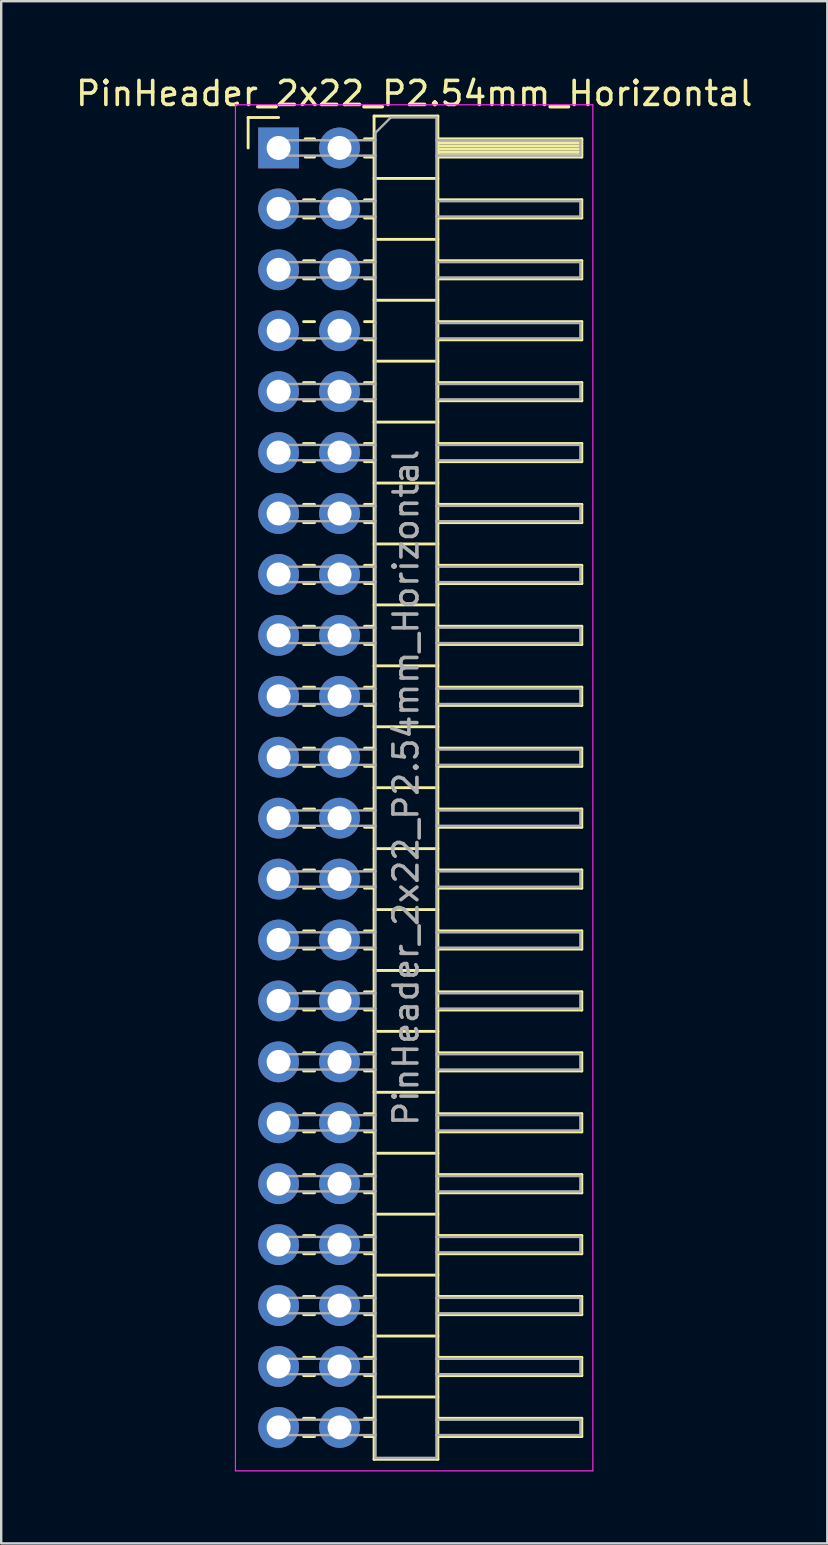
<source format=kicad_pcb>
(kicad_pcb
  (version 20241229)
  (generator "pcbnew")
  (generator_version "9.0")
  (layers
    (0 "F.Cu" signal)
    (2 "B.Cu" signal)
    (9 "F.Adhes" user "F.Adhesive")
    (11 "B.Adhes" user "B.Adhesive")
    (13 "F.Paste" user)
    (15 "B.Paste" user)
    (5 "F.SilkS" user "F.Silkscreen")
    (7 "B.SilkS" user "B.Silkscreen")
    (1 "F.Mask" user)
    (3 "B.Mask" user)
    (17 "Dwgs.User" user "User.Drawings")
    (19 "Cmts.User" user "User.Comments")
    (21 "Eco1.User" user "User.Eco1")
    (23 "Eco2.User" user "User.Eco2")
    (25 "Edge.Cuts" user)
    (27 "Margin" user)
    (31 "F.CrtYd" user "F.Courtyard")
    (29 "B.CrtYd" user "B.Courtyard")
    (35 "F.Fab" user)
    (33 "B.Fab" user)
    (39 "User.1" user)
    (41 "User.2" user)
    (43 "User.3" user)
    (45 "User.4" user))
  (footprint "PinHeader_2x22_P2.54mm_Horizontal"
    (layer "F.Cu")
    (at 8.565 3.118)
    (property "Reference" "PinHeader_2x22_P2.54mm_Horizontal" (at 5.655 -2.27 0) (layer "F.SilkS") (effects (font (size 1 1) (thickness 0.15))))
    (attr through_hole)
    (fp_line (start -1.27 -1.27) (end 0 -1.27) (stroke (width 0.12) (type solid)) (layer "F.SilkS"))
    (fp_line (start -1.27 0) (end -1.27 -1.27) (stroke (width 0.12) (type solid)) (layer "F.SilkS"))
    (fp_line (start 1.043 2.16) (end 1.497 2.16) (stroke (width 0.12) (type solid)) (layer "F.SilkS"))
    (fp_line (start 1.043 2.92) (end 1.497 2.92) (stroke (width 0.12) (type solid)) (layer "F.SilkS"))
    (fp_line (start 1.043 4.7) (end 1.497 4.7) (stroke (width 0.12) (type solid)) (layer "F.SilkS"))
    (fp_line (start 1.043 5.46) (end 1.497 5.46) (stroke (width 0.12) (type solid)) (layer "F.SilkS"))
    (fp_line (start 1.043 7.24) (end 1.497 7.24) (stroke (width 0.12) (type solid)) (layer "F.SilkS"))
    (fp_line (start 1.043 8) (end 1.497 8) (stroke (width 0.12) (type solid)) (layer "F.SilkS"))
    (fp_line (start 1.043 9.78) (end 1.497 9.78) (stroke (width 0.12) (type solid)) (layer "F.SilkS"))
    (fp_line (start 1.043 10.54) (end 1.497 10.54) (stroke (width 0.12) (type solid)) (layer "F.SilkS"))
    (fp_line (start 1.043 12.32) (end 1.497 12.32) (stroke (width 0.12) (type solid)) (layer "F.SilkS"))
    (fp_line (start 1.043 13.08) (end 1.497 13.08) (stroke (width 0.12) (type solid)) (layer "F.SilkS"))
    (fp_line (start 1.043 14.86) (end 1.497 14.86) (stroke (width 0.12) (type solid)) (layer "F.SilkS"))
    (fp_line (start 1.043 15.62) (end 1.497 15.62) (stroke (width 0.12) (type solid)) (layer "F.SilkS"))
    (fp_line (start 1.043 17.4) (end 1.497 17.4) (stroke (width 0.12) (type solid)) (layer "F.SilkS"))
    (fp_line (start 1.043 18.16) (end 1.497 18.16) (stroke (width 0.12) (type solid)) (layer "F.SilkS"))
    (fp_line (start 1.043 19.94) (end 1.497 19.94) (stroke (width 0.12) (type solid)) (layer "F.SilkS"))
    (fp_line (start 1.043 20.7) (end 1.497 20.7) (stroke (width 0.12) (type solid)) (layer "F.SilkS"))
    (fp_line (start 1.043 22.48) (end 1.497 22.48) (stroke (width 0.12) (type solid)) (layer "F.SilkS"))
    (fp_line (start 1.043 23.24) (end 1.497 23.24) (stroke (width 0.12) (type solid)) (layer "F.SilkS"))
    (fp_line (start 1.043 25.02) (end 1.497 25.02) (stroke (width 0.12) (type solid)) (layer "F.SilkS"))
    (fp_line (start 1.043 25.78) (end 1.497 25.78) (stroke (width 0.12) (type solid)) (layer "F.SilkS"))
    (fp_line (start 1.043 27.56) (end 1.497 27.56) (stroke (width 0.12) (type solid)) (layer "F.SilkS"))
    (fp_line (start 1.043 28.32) (end 1.497 28.32) (stroke (width 0.12) (type solid)) (layer "F.SilkS"))
    (fp_line (start 1.043 30.1) (end 1.497 30.1) (stroke (width 0.12) (type solid)) (layer "F.SilkS"))
    (fp_line (start 1.043 30.86) (end 1.497 30.86) (stroke (width 0.12) (type solid)) (layer "F.SilkS"))
    (fp_line (start 1.043 32.64) (end 1.497 32.64) (stroke (width 0.12) (type solid)) (layer "F.SilkS"))
    (fp_line (start 1.043 33.4) (end 1.497 33.4) (stroke (width 0.12) (type solid)) (layer "F.SilkS"))
    (fp_line (start 1.043 35.18) (end 1.497 35.18) (stroke (width 0.12) (type solid)) (layer "F.SilkS"))
    (fp_line (start 1.043 35.94) (end 1.497 35.94) (stroke (width 0.12) (type solid)) (layer "F.SilkS"))
    (fp_line (start 1.043 37.72) (end 1.497 37.72) (stroke (width 0.12) (type solid)) (layer "F.SilkS"))
    (fp_line (start 1.043 38.48) (end 1.497 38.48) (stroke (width 0.12) (type solid)) (layer "F.SilkS"))
    (fp_line (start 1.043 40.26) (end 1.497 40.26) (stroke (width 0.12) (type solid)) (layer "F.SilkS"))
    (fp_line (start 1.043 41.02) (end 1.497 41.02) (stroke (width 0.12) (type solid)) (layer "F.SilkS"))
    (fp_line (start 1.043 42.8) (end 1.497 42.8) (stroke (width 0.12) (type solid)) (layer "F.SilkS"))
    (fp_line (start 1.043 43.56) (end 1.497 43.56) (stroke (width 0.12) (type solid)) (layer "F.SilkS"))
    (fp_line (start 1.043 45.34) (end 1.497 45.34) (stroke (width 0.12) (type solid)) (layer "F.SilkS"))
    (fp_line (start 1.043 46.1) (end 1.497 46.1) (stroke (width 0.12) (type solid)) (layer "F.SilkS"))
    (fp_line (start 1.043 47.88) (end 1.497 47.88) (stroke (width 0.12) (type solid)) (layer "F.SilkS"))
    (fp_line (start 1.043 48.64) (end 1.497 48.64) (stroke (width 0.12) (type solid)) (layer "F.SilkS"))
    (fp_line (start 1.043 50.42) (end 1.497 50.42) (stroke (width 0.12) (type solid)) (layer "F.SilkS"))
    (fp_line (start 1.043 51.18) (end 1.497 51.18) (stroke (width 0.12) (type solid)) (layer "F.SilkS"))
    (fp_line (start 1.043 52.96) (end 1.497 52.96) (stroke (width 0.12) (type solid)) (layer "F.SilkS"))
    (fp_line (start 1.043 53.72) (end 1.497 53.72) (stroke (width 0.12) (type solid)) (layer "F.SilkS"))
    (fp_line (start 1.11 -0.38) (end 1.497 -0.38) (stroke (width 0.12) (type solid)) (layer "F.SilkS"))
    (fp_line (start 1.11 0.38) (end 1.497 0.38) (stroke (width 0.12) (type solid)) (layer "F.SilkS"))
    (fp_line (start 3.583 -0.38) (end 3.98 -0.38) (stroke (width 0.12) (type solid)) (layer "F.SilkS"))
    (fp_line (start 3.583 0.38) (end 3.98 0.38) (stroke (width 0.12) (type solid)) (layer "F.SilkS"))
    (fp_line (start 3.583 2.16) (end 3.98 2.16) (stroke (width 0.12) (type solid)) (layer "F.SilkS"))
    (fp_line (start 3.583 2.92) (end 3.98 2.92) (stroke (width 0.12) (type solid)) (layer "F.SilkS"))
    (fp_line (start 3.583 4.7) (end 3.98 4.7) (stroke (width 0.12) (type solid)) (layer "F.SilkS"))
    (fp_line (start 3.583 5.46) (end 3.98 5.46) (stroke (width 0.12) (type solid)) (layer "F.SilkS"))
    (fp_line (start 3.583 7.24) (end 3.98 7.24) (stroke (width 0.12) (type solid)) (layer "F.SilkS"))
    (fp_line (start 3.583 8) (end 3.98 8) (stroke (width 0.12) (type solid)) (layer "F.SilkS"))
    (fp_line (start 3.583 9.78) (end 3.98 9.78) (stroke (width 0.12) (type solid)) (layer "F.SilkS"))
    (fp_line (start 3.583 10.54) (end 3.98 10.54) (stroke (width 0.12) (type solid)) (layer "F.SilkS"))
    (fp_line (start 3.583 12.32) (end 3.98 12.32) (stroke (width 0.12) (type solid)) (layer "F.SilkS"))
    (fp_line (start 3.583 13.08) (end 3.98 13.08) (stroke (width 0.12) (type solid)) (layer "F.SilkS"))
    (fp_line (start 3.583 14.86) (end 3.98 14.86) (stroke (width 0.12) (type solid)) (layer "F.SilkS"))
    (fp_line (start 3.583 15.62) (end 3.98 15.62) (stroke (width 0.12) (type solid)) (layer "F.SilkS"))
    (fp_line (start 3.583 17.4) (end 3.98 17.4) (stroke (width 0.12) (type solid)) (layer "F.SilkS"))
    (fp_line (start 3.583 18.16) (end 3.98 18.16) (stroke (width 0.12) (type solid)) (layer "F.SilkS"))
    (fp_line (start 3.583 19.94) (end 3.98 19.94) (stroke (width 0.12) (type solid)) (layer "F.SilkS"))
    (fp_line (start 3.583 20.7) (end 3.98 20.7) (stroke (width 0.12) (type solid)) (layer "F.SilkS"))
    (fp_line (start 3.583 22.48) (end 3.98 22.48) (stroke (width 0.12) (type solid)) (layer "F.SilkS"))
    (fp_line (start 3.583 23.24) (end 3.98 23.24) (stroke (width 0.12) (type solid)) (layer "F.SilkS"))
    (fp_line (start 3.583 25.02) (end 3.98 25.02) (stroke (width 0.12) (type solid)) (layer "F.SilkS"))
    (fp_line (start 3.583 25.78) (end 3.98 25.78) (stroke (width 0.12) (type solid)) (layer "F.SilkS"))
    (fp_line (start 3.583 27.56) (end 3.98 27.56) (stroke (width 0.12) (type solid)) (layer "F.SilkS"))
    (fp_line (start 3.583 28.32) (end 3.98 28.32) (stroke (width 0.12) (type solid)) (layer "F.SilkS"))
    (fp_line (start 3.583 30.1) (end 3.98 30.1) (stroke (width 0.12) (type solid)) (layer "F.SilkS"))
    (fp_line (start 3.583 30.86) (end 3.98 30.86) (stroke (width 0.12) (type solid)) (layer "F.SilkS"))
    (fp_line (start 3.583 32.64) (end 3.98 32.64) (stroke (width 0.12) (type solid)) (layer "F.SilkS"))
    (fp_line (start 3.583 33.4) (end 3.98 33.4) (stroke (width 0.12) (type solid)) (layer "F.SilkS"))
    (fp_line (start 3.583 35.18) (end 3.98 35.18) (stroke (width 0.12) (type solid)) (layer "F.SilkS"))
    (fp_line (start 3.583 35.94) (end 3.98 35.94) (stroke (width 0.12) (type solid)) (layer "F.SilkS"))
    (fp_line (start 3.583 37.72) (end 3.98 37.72) (stroke (width 0.12) (type solid)) (layer "F.SilkS"))
    (fp_line (start 3.583 38.48) (end 3.98 38.48) (stroke (width 0.12) (type solid)) (layer "F.SilkS"))
    (fp_line (start 3.583 40.26) (end 3.98 40.26) (stroke (width 0.12) (type solid)) (layer "F.SilkS"))
    (fp_line (start 3.583 41.02) (end 3.98 41.02) (stroke (width 0.12) (type solid)) (layer "F.SilkS"))
    (fp_line (start 3.583 42.8) (end 3.98 42.8) (stroke (width 0.12) (type solid)) (layer "F.SilkS"))
    (fp_line (start 3.583 43.56) (end 3.98 43.56) (stroke (width 0.12) (type solid)) (layer "F.SilkS"))
    (fp_line (start 3.583 45.34) (end 3.98 45.34) (stroke (width 0.12) (type solid)) (layer "F.SilkS"))
    (fp_line (start 3.583 46.1) (end 3.98 46.1) (stroke (width 0.12) (type solid)) (layer "F.SilkS"))
    (fp_line (start 3.583 47.88) (end 3.98 47.88) (stroke (width 0.12) (type solid)) (layer "F.SilkS"))
    (fp_line (start 3.583 48.64) (end 3.98 48.64) (stroke (width 0.12) (type solid)) (layer "F.SilkS"))
    (fp_line (start 3.583 50.42) (end 3.98 50.42) (stroke (width 0.12) (type solid)) (layer "F.SilkS"))
    (fp_line (start 3.583 51.18) (end 3.98 51.18) (stroke (width 0.12) (type solid)) (layer "F.SilkS"))
    (fp_line (start 3.583 52.96) (end 3.98 52.96) (stroke (width 0.12) (type solid)) (layer "F.SilkS"))
    (fp_line (start 3.583 53.72) (end 3.98 53.72) (stroke (width 0.12) (type solid)) (layer "F.SilkS"))
    (fp_line (start 3.98 -1.33) (end 3.98 54.67) (stroke (width 0.12) (type solid)) (layer "F.SilkS"))
    (fp_line (start 3.98 1.27) (end 6.64 1.27) (stroke (width 0.12) (type solid)) (layer "F.SilkS"))
    (fp_line (start 3.98 3.81) (end 6.64 3.81) (stroke (width 0.12) (type solid)) (layer "F.SilkS"))
    (fp_line (start 3.98 6.35) (end 6.64 6.35) (stroke (width 0.12) (type solid)) (layer "F.SilkS"))
    (fp_line (start 3.98 8.89) (end 6.64 8.89) (stroke (width 0.12) (type solid)) (layer "F.SilkS"))
    (fp_line (start 3.98 11.43) (end 6.64 11.43) (stroke (width 0.12) (type solid)) (layer "F.SilkS"))
    (fp_line (start 3.98 13.97) (end 6.64 13.97) (stroke (width 0.12) (type solid)) (layer "F.SilkS"))
    (fp_line (start 3.98 16.51) (end 6.64 16.51) (stroke (width 0.12) (type solid)) (layer "F.SilkS"))
    (fp_line (start 3.98 19.05) (end 6.64 19.05) (stroke (width 0.12) (type solid)) (layer "F.SilkS"))
    (fp_line (start 3.98 21.59) (end 6.64 21.59) (stroke (width 0.12) (type solid)) (layer "F.SilkS"))
    (fp_line (start 3.98 24.13) (end 6.64 24.13) (stroke (width 0.12) (type solid)) (layer "F.SilkS"))
    (fp_line (start 3.98 26.67) (end 6.64 26.67) (stroke (width 0.12) (type solid)) (layer "F.SilkS"))
    (fp_line (start 3.98 29.21) (end 6.64 29.21) (stroke (width 0.12) (type solid)) (layer "F.SilkS"))
    (fp_line (start 3.98 31.75) (end 6.64 31.75) (stroke (width 0.12) (type solid)) (layer "F.SilkS"))
    (fp_line (start 3.98 34.29) (end 6.64 34.29) (stroke (width 0.12) (type solid)) (layer "F.SilkS"))
    (fp_line (start 3.98 36.83) (end 6.64 36.83) (stroke (width 0.12) (type solid)) (layer "F.SilkS"))
    (fp_line (start 3.98 39.37) (end 6.64 39.37) (stroke (width 0.12) (type solid)) (layer "F.SilkS"))
    (fp_line (start 3.98 41.91) (end 6.64 41.91) (stroke (width 0.12) (type solid)) (layer "F.SilkS"))
    (fp_line (start 3.98 44.45) (end 6.64 44.45) (stroke (width 0.12) (type solid)) (layer "F.SilkS"))
    (fp_line (start 3.98 46.99) (end 6.64 46.99) (stroke (width 0.12) (type solid)) (layer "F.SilkS"))
    (fp_line (start 3.98 49.53) (end 6.64 49.53) (stroke (width 0.12) (type solid)) (layer "F.SilkS"))
    (fp_line (start 3.98 52.07) (end 6.64 52.07) (stroke (width 0.12) (type solid)) (layer "F.SilkS"))
    (fp_line (start 3.98 54.67) (end 6.64 54.67) (stroke (width 0.12) (type solid)) (layer "F.SilkS"))
    (fp_line (start 6.64 -1.33) (end 3.98 -1.33) (stroke (width 0.12) (type solid)) (layer "F.SilkS"))
    (fp_line (start 6.64 -0.38) (end 12.64 -0.38) (stroke (width 0.12) (type solid)) (layer "F.SilkS"))
    (fp_line (start 6.64 -0.32) (end 12.64 -0.32) (stroke (width 0.12) (type solid)) (layer "F.SilkS"))
    (fp_line (start 6.64 -0.2) (end 12.64 -0.2) (stroke (width 0.12) (type solid)) (layer "F.SilkS"))
    (fp_line (start 6.64 -0.08) (end 12.64 -0.08) (stroke (width 0.12) (type solid)) (layer "F.SilkS"))
    (fp_line (start 6.64 0.04) (end 12.64 0.04) (stroke (width 0.12) (type solid)) (layer "F.SilkS"))
    (fp_line (start 6.64 0.16) (end 12.64 0.16) (stroke (width 0.12) (type solid)) (layer "F.SilkS"))
    (fp_line (start 6.64 0.28) (end 12.64 0.28) (stroke (width 0.12) (type solid)) (layer "F.SilkS"))
    (fp_line (start 6.64 2.16) (end 12.64 2.16) (stroke (width 0.12) (type solid)) (layer "F.SilkS"))
    (fp_line (start 6.64 4.7) (end 12.64 4.7) (stroke (width 0.12) (type solid)) (layer "F.SilkS"))
    (fp_line (start 6.64 7.24) (end 12.64 7.24) (stroke (width 0.12) (type solid)) (layer "F.SilkS"))
    (fp_line (start 6.64 9.78) (end 12.64 9.78) (stroke (width 0.12) (type solid)) (layer "F.SilkS"))
    (fp_line (start 6.64 12.32) (end 12.64 12.32) (stroke (width 0.12) (type solid)) (layer "F.SilkS"))
    (fp_line (start 6.64 14.86) (end 12.64 14.86) (stroke (width 0.12) (type solid)) (layer "F.SilkS"))
    (fp_line (start 6.64 17.4) (end 12.64 17.4) (stroke (width 0.12) (type solid)) (layer "F.SilkS"))
    (fp_line (start 6.64 19.94) (end 12.64 19.94) (stroke (width 0.12) (type solid)) (layer "F.SilkS"))
    (fp_line (start 6.64 22.48) (end 12.64 22.48) (stroke (width 0.12) (type solid)) (layer "F.SilkS"))
    (fp_line (start 6.64 25.02) (end 12.64 25.02) (stroke (width 0.12) (type solid)) (layer "F.SilkS"))
    (fp_line (start 6.64 27.56) (end 12.64 27.56) (stroke (width 0.12) (type solid)) (layer "F.SilkS"))
    (fp_line (start 6.64 30.1) (end 12.64 30.1) (stroke (width 0.12) (type solid)) (layer "F.SilkS"))
    (fp_line (start 6.64 32.64) (end 12.64 32.64) (stroke (width 0.12) (type solid)) (layer "F.SilkS"))
    (fp_line (start 6.64 35.18) (end 12.64 35.18) (stroke (width 0.12) (type solid)) (layer "F.SilkS"))
    (fp_line (start 6.64 37.72) (end 12.64 37.72) (stroke (width 0.12) (type solid)) (layer "F.SilkS"))
    (fp_line (start 6.64 40.26) (end 12.64 40.26) (stroke (width 0.12) (type solid)) (layer "F.SilkS"))
    (fp_line (start 6.64 42.8) (end 12.64 42.8) (stroke (width 0.12) (type solid)) (layer "F.SilkS"))
    (fp_line (start 6.64 45.34) (end 12.64 45.34) (stroke (width 0.12) (type solid)) (layer "F.SilkS"))
    (fp_line (start 6.64 47.88) (end 12.64 47.88) (stroke (width 0.12) (type solid)) (layer "F.SilkS"))
    (fp_line (start 6.64 50.42) (end 12.64 50.42) (stroke (width 0.12) (type solid)) (layer "F.SilkS"))
    (fp_line (start 6.64 52.96) (end 12.64 52.96) (stroke (width 0.12) (type solid)) (layer "F.SilkS"))
    (fp_line (start 6.64 54.67) (end 6.64 -1.33) (stroke (width 0.12) (type solid)) (layer "F.SilkS"))
    (fp_line (start 12.64 -0.38) (end 12.64 0.38) (stroke (width 0.12) (type solid)) (layer "F.SilkS"))
    (fp_line (start 12.64 0.38) (end 6.64 0.38) (stroke (width 0.12) (type solid)) (layer "F.SilkS"))
    (fp_line (start 12.64 2.16) (end 12.64 2.92) (stroke (width 0.12) (type solid)) (layer "F.SilkS"))
    (fp_line (start 12.64 2.92) (end 6.64 2.92) (stroke (width 0.12) (type solid)) (layer "F.SilkS"))
    (fp_line (start 12.64 4.7) (end 12.64 5.46) (stroke (width 0.12) (type solid)) (layer "F.SilkS"))
    (fp_line (start 12.64 5.46) (end 6.64 5.46) (stroke (width 0.12) (type solid)) (layer "F.SilkS"))
    (fp_line (start 12.64 7.24) (end 12.64 8) (stroke (width 0.12) (type solid)) (layer "F.SilkS"))
    (fp_line (start 12.64 8) (end 6.64 8) (stroke (width 0.12) (type solid)) (layer "F.SilkS"))
    (fp_line (start 12.64 9.78) (end 12.64 10.54) (stroke (width 0.12) (type solid)) (layer "F.SilkS"))
    (fp_line (start 12.64 10.54) (end 6.64 10.54) (stroke (width 0.12) (type solid)) (layer "F.SilkS"))
    (fp_line (start 12.64 12.32) (end 12.64 13.08) (stroke (width 0.12) (type solid)) (layer "F.SilkS"))
    (fp_line (start 12.64 13.08) (end 6.64 13.08) (stroke (width 0.12) (type solid)) (layer "F.SilkS"))
    (fp_line (start 12.64 14.86) (end 12.64 15.62) (stroke (width 0.12) (type solid)) (layer "F.SilkS"))
    (fp_line (start 12.64 15.62) (end 6.64 15.62) (stroke (width 0.12) (type solid)) (layer "F.SilkS"))
    (fp_line (start 12.64 17.4) (end 12.64 18.16) (stroke (width 0.12) (type solid)) (layer "F.SilkS"))
    (fp_line (start 12.64 18.16) (end 6.64 18.16) (stroke (width 0.12) (type solid)) (layer "F.SilkS"))
    (fp_line (start 12.64 19.94) (end 12.64 20.7) (stroke (width 0.12) (type solid)) (layer "F.SilkS"))
    (fp_line (start 12.64 20.7) (end 6.64 20.7) (stroke (width 0.12) (type solid)) (layer "F.SilkS"))
    (fp_line (start 12.64 22.48) (end 12.64 23.24) (stroke (width 0.12) (type solid)) (layer "F.SilkS"))
    (fp_line (start 12.64 23.24) (end 6.64 23.24) (stroke (width 0.12) (type solid)) (layer "F.SilkS"))
    (fp_line (start 12.64 25.02) (end 12.64 25.78) (stroke (width 0.12) (type solid)) (layer "F.SilkS"))
    (fp_line (start 12.64 25.78) (end 6.64 25.78) (stroke (width 0.12) (type solid)) (layer "F.SilkS"))
    (fp_line (start 12.64 27.56) (end 12.64 28.32) (stroke (width 0.12) (type solid)) (layer "F.SilkS"))
    (fp_line (start 12.64 28.32) (end 6.64 28.32) (stroke (width 0.12) (type solid)) (layer "F.SilkS"))
    (fp_line (start 12.64 30.1) (end 12.64 30.86) (stroke (width 0.12) (type solid)) (layer "F.SilkS"))
    (fp_line (start 12.64 30.86) (end 6.64 30.86) (stroke (width 0.12) (type solid)) (layer "F.SilkS"))
    (fp_line (start 12.64 32.64) (end 12.64 33.4) (stroke (width 0.12) (type solid)) (layer "F.SilkS"))
    (fp_line (start 12.64 33.4) (end 6.64 33.4) (stroke (width 0.12) (type solid)) (layer "F.SilkS"))
    (fp_line (start 12.64 35.18) (end 12.64 35.94) (stroke (width 0.12) (type solid)) (layer "F.SilkS"))
    (fp_line (start 12.64 35.94) (end 6.64 35.94) (stroke (width 0.12) (type solid)) (layer "F.SilkS"))
    (fp_line (start 12.64 37.72) (end 12.64 38.48) (stroke (width 0.12) (type solid)) (layer "F.SilkS"))
    (fp_line (start 12.64 38.48) (end 6.64 38.48) (stroke (width 0.12) (type solid)) (layer "F.SilkS"))
    (fp_line (start 12.64 40.26) (end 12.64 41.02) (stroke (width 0.12) (type solid)) (layer "F.SilkS"))
    (fp_line (start 12.64 41.02) (end 6.64 41.02) (stroke (width 0.12) (type solid)) (layer "F.SilkS"))
    (fp_line (start 12.64 42.8) (end 12.64 43.56) (stroke (width 0.12) (type solid)) (layer "F.SilkS"))
    (fp_line (start 12.64 43.56) (end 6.64 43.56) (stroke (width 0.12) (type solid)) (layer "F.SilkS"))
    (fp_line (start 12.64 45.34) (end 12.64 46.1) (stroke (width 0.12) (type solid)) (layer "F.SilkS"))
    (fp_line (start 12.64 46.1) (end 6.64 46.1) (stroke (width 0.12) (type solid)) (layer "F.SilkS"))
    (fp_line (start 12.64 47.88) (end 12.64 48.64) (stroke (width 0.12) (type solid)) (layer "F.SilkS"))
    (fp_line (start 12.64 48.64) (end 6.64 48.64) (stroke (width 0.12) (type solid)) (layer "F.SilkS"))
    (fp_line (start 12.64 50.42) (end 12.64 51.18) (stroke (width 0.12) (type solid)) (layer "F.SilkS"))
    (fp_line (start 12.64 51.18) (end 6.64 51.18) (stroke (width 0.12) (type solid)) (layer "F.SilkS"))
    (fp_line (start 12.64 52.96) (end 12.64 53.72) (stroke (width 0.12) (type solid)) (layer "F.SilkS"))
    (fp_line (start 12.64 53.72) (end 6.64 53.72) (stroke (width 0.12) (type solid)) (layer "F.SilkS"))
    (fp_line (start -1.8 -1.8) (end -1.8 55.15) (stroke (width 0.05) (type solid)) (layer "F.CrtYd"))
    (fp_line (start -1.8 55.15) (end 13.1 55.15) (stroke (width 0.05) (type solid)) (layer "F.CrtYd"))
    (fp_line (start 13.1 -1.8) (end -1.8 -1.8) (stroke (width 0.05) (type solid)) (layer "F.CrtYd"))
    (fp_line (start 13.1 55.15) (end 13.1 -1.8) (stroke (width 0.05) (type solid)) (layer "F.CrtYd"))
    (fp_line (start -0.32 -0.32) (end -0.32 0.32) (stroke (width 0.1) (type solid)) (layer "F.Fab"))
    (fp_line (start -0.32 -0.32) (end 4.04 -0.32) (stroke (width 0.1) (type solid)) (layer "F.Fab"))
    (fp_line (start -0.32 0.32) (end 4.04 0.32) (stroke (width 0.1) (type solid)) (layer "F.Fab"))
    (fp_line (start -0.32 2.22) (end -0.32 2.86) (stroke (width 0.1) (type solid)) (layer "F.Fab"))
    (fp_line (start -0.32 2.22) (end 4.04 2.22) (stroke (width 0.1) (type solid)) (layer "F.Fab"))
    (fp_line (start -0.32 2.86) (end 4.04 2.86) (stroke (width 0.1) (type solid)) (layer "F.Fab"))
    (fp_line (start -0.32 4.76) (end -0.32 5.4) (stroke (width 0.1) (type solid)) (layer "F.Fab"))
    (fp_line (start -0.32 4.76) (end 4.04 4.76) (stroke (width 0.1) (type solid)) (layer "F.Fab"))
    (fp_line (start -0.32 5.4) (end 4.04 5.4) (stroke (width 0.1) (type solid)) (layer "F.Fab"))
    (fp_line (start -0.32 7.3) (end -0.32 7.94) (stroke (width 0.1) (type solid)) (layer "F.Fab"))
    (fp_line (start -0.32 7.94) (end 4.04 7.94) (stroke (width 0.1) (type solid)) (layer "F.Fab"))
    (fp_line (start -0.32 9.84) (end -0.32 10.48) (stroke (width 0.1) (type solid)) (layer "F.Fab"))
    (fp_line (start -0.32 9.84) (end 4.04 9.84) (stroke (width 0.1) (type solid)) (layer "F.Fab"))
    (fp_line (start -0.32 10.48) (end 4.04 10.48) (stroke (width 0.1) (type solid)) (layer "F.Fab"))
    (fp_line (start -0.32 12.38) (end -0.32 13.02) (stroke (width 0.1) (type solid)) (layer "F.Fab"))
    (fp_line (start -0.32 12.38) (end 4.04 12.38) (stroke (width 0.1) (type solid)) (layer "F.Fab"))
    (fp_line (start -0.32 13.02) (end 4.04 13.02) (stroke (width 0.1) (type solid)) (layer "F.Fab"))
    (fp_line (start -0.32 14.92) (end -0.32 15.56) (stroke (width 0.1) (type solid)) (layer "F.Fab"))
    (fp_line (start -0.32 14.92) (end 4.04 14.92) (stroke (width 0.1) (type solid)) (layer "F.Fab"))
    (fp_line (start -0.32 15.56) (end 4.04 15.56) (stroke (width 0.1) (type solid)) (layer "F.Fab"))
    (fp_line (start -0.32 17.46) (end -0.32 18.1) (stroke (width 0.1) (type solid)) (layer "F.Fab"))
    (fp_line (start -0.32 17.46) (end 4.04 17.46) (stroke (width 0.1) (type solid)) (layer "F.Fab"))
    (fp_line (start -0.32 18.1) (end 4.04 18.1) (stroke (width 0.1) (type solid)) (layer "F.Fab"))
    (fp_line (start -0.32 20) (end -0.32 20.64) (stroke (width 0.1) (type solid)) (layer "F.Fab"))
    (fp_line (start -0.32 20) (end 4.04 20) (stroke (width 0.1) (type solid)) (layer "F.Fab"))
    (fp_line (start -0.32 20.64) (end 4.04 20.64) (stroke (width 0.1) (type solid)) (layer "F.Fab"))
    (fp_line (start -0.32 22.54) (end -0.32 23.18) (stroke (width 0.1) (type solid)) (layer "F.Fab"))
    (fp_line (start -0.32 22.54) (end 4.04 22.54) (stroke (width 0.1) (type solid)) (layer "F.Fab"))
    (fp_line (start -0.32 23.18) (end 4.04 23.18) (stroke (width 0.1) (type solid)) (layer "F.Fab"))
    (fp_line (start -0.32 25.08) (end -0.32 25.72) (stroke (width 0.1) (type solid)) (layer "F.Fab"))
    (fp_line (start -0.32 25.08) (end 4.04 25.08) (stroke (width 0.1) (type solid)) (layer "F.Fab"))
    (fp_line (start -0.32 25.72) (end 4.04 25.72) (stroke (width 0.1) (type solid)) (layer "F.Fab"))
    (fp_line (start -0.32 27.62) (end -0.32 28.26) (stroke (width 0.1) (type solid)) (layer "F.Fab"))
    (fp_line (start -0.32 27.62) (end 4.04 27.62) (stroke (width 0.1) (type solid)) (layer "F.Fab"))
    (fp_line (start -0.32 28.26) (end 4.04 28.26) (stroke (width 0.1) (type solid)) (layer "F.Fab"))
    (fp_line (start -0.32 30.16) (end -0.32 30.8) (stroke (width 0.1) (type solid)) (layer "F.Fab"))
    (fp_line (start -0.32 30.16) (end 4.04 30.16) (stroke (width 0.1) (type solid)) (layer "F.Fab"))
    (fp_line (start -0.32 30.8) (end 4.04 30.8) (stroke (width 0.1) (type solid)) (layer "F.Fab"))
    (fp_line (start -0.32 32.7) (end -0.32 33.34) (stroke (width 0.1) (type solid)) (layer "F.Fab"))
    (fp_line (start -0.32 32.7) (end 4.04 32.7) (stroke (width 0.1) (type solid)) (layer "F.Fab"))
    (fp_line (start -0.32 33.34) (end 4.04 33.34) (stroke (width 0.1) (type solid)) (layer "F.Fab"))
    (fp_line (start -0.32 35.24) (end -0.32 35.88) (stroke (width 0.1) (type solid)) (layer "F.Fab"))
    (fp_line (start -0.32 35.24) (end 4.04 35.24) (stroke (width 0.1) (type solid)) (layer "F.Fab"))
    (fp_line (start -0.32 35.88) (end 4.04 35.88) (stroke (width 0.1) (type solid)) (layer "F.Fab"))
    (fp_line (start -0.32 37.78) (end -0.32 38.42) (stroke (width 0.1) (type solid)) (layer "F.Fab"))
    (fp_line (start -0.32 37.78) (end 4.04 37.78) (stroke (width 0.1) (type solid)) (layer "F.Fab"))
    (fp_line (start -0.32 38.42) (end 4.04 38.42) (stroke (width 0.1) (type solid)) (layer "F.Fab"))
    (fp_line (start -0.32 40.32) (end -0.32 40.96) (stroke (width 0.1) (type solid)) (layer "F.Fab"))
    (fp_line (start -0.32 40.32) (end 4.04 40.32) (stroke (width 0.1) (type solid)) (layer "F.Fab"))
    (fp_line (start -0.32 40.96) (end 4.04 40.96) (stroke (width 0.1) (type solid)) (layer "F.Fab"))
    (fp_line (start -0.32 42.86) (end -0.32 43.5) (stroke (width 0.1) (type solid)) (layer "F.Fab"))
    (fp_line (start -0.32 42.86) (end 4.04 42.86) (stroke (width 0.1) (type solid)) (layer "F.Fab"))
    (fp_line (start -0.32 43.5) (end 4.04 43.5) (stroke (width 0.1) (type solid)) (layer "F.Fab"))
    (fp_line (start -0.32 45.4) (end -0.32 46.04) (stroke (width 0.1) (type solid)) (layer "F.Fab"))
    (fp_line (start -0.32 45.4) (end 4.04 45.4) (stroke (width 0.1) (type solid)) (layer "F.Fab"))
    (fp_line (start -0.32 46.04) (end 4.04 46.04) (stroke (width 0.1) (type solid)) (layer "F.Fab"))
    (fp_line (start -0.32 47.94) (end -0.32 48.58) (stroke (width 0.1) (type solid)) (layer "F.Fab"))
    (fp_line (start -0.32 47.94) (end 4.04 47.94) (stroke (width 0.1) (type solid)) (layer "F.Fab"))
    (fp_line (start -0.32 48.58) (end 4.04 48.58) (stroke (width 0.1) (type solid)) (layer "F.Fab"))
    (fp_line (start -0.32 50.48) (end -0.32 51.12) (stroke (width 0.1) (type solid)) (layer "F.Fab"))
    (fp_line (start -0.32 50.48) (end 4.04 50.48) (stroke (width 0.1) (type solid)) (layer "F.Fab"))
    (fp_line (start -0.32 51.12) (end 4.04 51.12) (stroke (width 0.1) (type solid)) (layer "F.Fab"))
    (fp_line (start -0.32 53.02) (end -0.32 53.66) (stroke (width 0.1) (type solid)) (layer "F.Fab"))
    (fp_line (start -0.32 53.02) (end 4.04 53.02) (stroke (width 0.1) (type solid)) (layer "F.Fab"))
    (fp_line (start -0.32 53.66) (end 4.04 53.66) (stroke (width 0.1) (type solid)) (layer "F.Fab"))
    (fp_line (start 4 7.3) (end 4.04 7.3) (stroke (width 0.1) (type solid)) (layer "F.Fab"))
    (fp_line (start 4.04 -0.635) (end 4.675 -1.27) (stroke (width 0.1) (type solid)) (layer "F.Fab"))
    (fp_line (start 4.04 54.61) (end 4.04 -0.635) (stroke (width 0.1) (type solid)) (layer "F.Fab"))
    (fp_line (start 4.675 -1.27) (end 6.58 -1.27) (stroke (width 0.1) (type solid)) (layer "F.Fab"))
    (fp_line (start 6.58 -1.27) (end 6.58 54.61) (stroke (width 0.1) (type solid)) (layer "F.Fab"))
    (fp_line (start 6.58 -0.32) (end 12.58 -0.32) (stroke (width 0.1) (type solid)) (layer "F.Fab"))
    (fp_line (start 6.58 0.32) (end 12.58 0.32) (stroke (width 0.1) (type solid)) (layer "F.Fab"))
    (fp_line (start 6.58 2.22) (end 12.58 2.22) (stroke (width 0.1) (type solid)) (layer "F.Fab"))
    (fp_line (start 6.58 2.86) (end 12.58 2.86) (stroke (width 0.1) (type solid)) (layer "F.Fab"))
    (fp_line (start 6.58 4.76) (end 12.58 4.76) (stroke (width 0.1) (type solid)) (layer "F.Fab"))
    (fp_line (start 6.58 5.4) (end 12.58 5.4) (stroke (width 0.1) (type solid)) (layer "F.Fab"))
    (fp_line (start 6.58 7.3) (end 12.58 7.3) (stroke (width 0.1) (type solid)) (layer "F.Fab"))
    (fp_line (start 6.58 7.94) (end 12.58 7.94) (stroke (width 0.1) (type solid)) (layer "F.Fab"))
    (fp_line (start 6.58 9.84) (end 12.58 9.84) (stroke (width 0.1) (type solid)) (layer "F.Fab"))
    (fp_line (start 6.58 10.48) (end 12.58 10.48) (stroke (width 0.1) (type solid)) (layer "F.Fab"))
    (fp_line (start 6.58 12.38) (end 12.58 12.38) (stroke (width 0.1) (type solid)) (layer "F.Fab"))
    (fp_line (start 6.58 13.02) (end 12.58 13.02) (stroke (width 0.1) (type solid)) (layer "F.Fab"))
    (fp_line (start 6.58 14.92) (end 12.58 14.92) (stroke (width 0.1) (type solid)) (layer "F.Fab"))
    (fp_line (start 6.58 15.56) (end 12.58 15.56) (stroke (width 0.1) (type solid)) (layer "F.Fab"))
    (fp_line (start 6.58 17.46) (end 12.58 17.46) (stroke (width 0.1) (type solid)) (layer "F.Fab"))
    (fp_line (start 6.58 18.1) (end 12.58 18.1) (stroke (width 0.1) (type solid)) (layer "F.Fab"))
    (fp_line (start 6.58 20) (end 12.58 20) (stroke (width 0.1) (type solid)) (layer "F.Fab"))
    (fp_line (start 6.58 20.64) (end 12.58 20.64) (stroke (width 0.1) (type solid)) (layer "F.Fab"))
    (fp_line (start 6.58 22.54) (end 12.58 22.54) (stroke (width 0.1) (type solid)) (layer "F.Fab"))
    (fp_line (start 6.58 23.18) (end 12.58 23.18) (stroke (width 0.1) (type solid)) (layer "F.Fab"))
    (fp_line (start 6.58 25.08) (end 12.58 25.08) (stroke (width 0.1) (type solid)) (layer "F.Fab"))
    (fp_line (start 6.58 25.72) (end 12.58 25.72) (stroke (width 0.1) (type solid)) (layer "F.Fab"))
    (fp_line (start 6.58 27.62) (end 12.58 27.62) (stroke (width 0.1) (type solid)) (layer "F.Fab"))
    (fp_line (start 6.58 28.26) (end 12.58 28.26) (stroke (width 0.1) (type solid)) (layer "F.Fab"))
    (fp_line (start 6.58 30.16) (end 12.58 30.16) (stroke (width 0.1) (type solid)) (layer "F.Fab"))
    (fp_line (start 6.58 30.8) (end 12.58 30.8) (stroke (width 0.1) (type solid)) (layer "F.Fab"))
    (fp_line (start 6.58 32.7) (end 12.58 32.7) (stroke (width 0.1) (type solid)) (layer "F.Fab"))
    (fp_line (start 6.58 33.34) (end 12.58 33.34) (stroke (width 0.1) (type solid)) (layer "F.Fab"))
    (fp_line (start 6.58 35.24) (end 12.58 35.24) (stroke (width 0.1) (type solid)) (layer "F.Fab"))
    (fp_line (start 6.58 35.88) (end 12.58 35.88) (stroke (width 0.1) (type solid)) (layer "F.Fab"))
    (fp_line (start 6.58 37.78) (end 12.58 37.78) (stroke (width 0.1) (type solid)) (layer "F.Fab"))
    (fp_line (start 6.58 38.42) (end 12.58 38.42) (stroke (width 0.1) (type solid)) (layer "F.Fab"))
    (fp_line (start 6.58 40.32) (end 12.58 40.32) (stroke (width 0.1) (type solid)) (layer "F.Fab"))
    (fp_line (start 6.58 40.96) (end 12.58 40.96) (stroke (width 0.1) (type solid)) (layer "F.Fab"))
    (fp_line (start 6.58 42.86) (end 12.58 42.86) (stroke (width 0.1) (type solid)) (layer "F.Fab"))
    (fp_line (start 6.58 43.5) (end 12.58 43.5) (stroke (width 0.1) (type solid)) (layer "F.Fab"))
    (fp_line (start 6.58 45.4) (end 12.58 45.4) (stroke (width 0.1) (type solid)) (layer "F.Fab"))
    (fp_line (start 6.58 46.04) (end 12.58 46.04) (stroke (width 0.1) (type solid)) (layer "F.Fab"))
    (fp_line (start 6.58 47.94) (end 12.58 47.94) (stroke (width 0.1) (type solid)) (layer "F.Fab"))
    (fp_line (start 6.58 48.58) (end 12.58 48.58) (stroke (width 0.1) (type solid)) (layer "F.Fab"))
    (fp_line (start 6.58 50.48) (end 12.58 50.48) (stroke (width 0.1) (type solid)) (layer "F.Fab"))
    (fp_line (start 6.58 51.12) (end 12.58 51.12) (stroke (width 0.1) (type solid)) (layer "F.Fab"))
    (fp_line (start 6.58 53.02) (end 12.58 53.02) (stroke (width 0.1) (type solid)) (layer "F.Fab"))
    (fp_line (start 6.58 53.66) (end 12.58 53.66) (stroke (width 0.1) (type solid)) (layer "F.Fab"))
    (fp_line (start 6.58 54.61) (end 4.04 54.61) (stroke (width 0.1) (type solid)) (layer "F.Fab"))
    (fp_line (start 12.58 -0.32) (end 12.58 0.32) (stroke (width 0.1) (type solid)) (layer "F.Fab"))
    (fp_line (start 12.58 2.22) (end 12.58 2.86) (stroke (width 0.1) (type solid)) (layer "F.Fab"))
    (fp_line (start 12.58 4.76) (end 12.58 5.4) (stroke (width 0.1) (type solid)) (layer "F.Fab"))
    (fp_line (start 12.58 7.3) (end 12.58 7.94) (stroke (width 0.1) (type solid)) (layer "F.Fab"))
    (fp_line (start 12.58 9.84) (end 12.58 10.48) (stroke (width 0.1) (type solid)) (layer "F.Fab"))
    (fp_line (start 12.58 12.38) (end 12.58 13.02) (stroke (width 0.1) (type solid)) (layer "F.Fab"))
    (fp_line (start 12.58 14.92) (end 12.58 15.56) (stroke (width 0.1) (type solid)) (layer "F.Fab"))
    (fp_line (start 12.58 17.46) (end 12.58 18.1) (stroke (width 0.1) (type solid)) (layer "F.Fab"))
    (fp_line (start 12.58 20) (end 12.58 20.64) (stroke (width 0.1) (type solid)) (layer "F.Fab"))
    (fp_line (start 12.58 22.54) (end 12.58 23.18) (stroke (width 0.1) (type solid)) (layer "F.Fab"))
    (fp_line (start 12.58 25.08) (end 12.58 25.72) (stroke (width 0.1) (type solid)) (layer "F.Fab"))
    (fp_line (start 12.58 27.62) (end 12.58 28.26) (stroke (width 0.1) (type solid)) (layer "F.Fab"))
    (fp_line (start 12.58 30.16) (end 12.58 30.8) (stroke (width 0.1) (type solid)) (layer "F.Fab"))
    (fp_line (start 12.58 32.7) (end 12.58 33.34) (stroke (width 0.1) (type solid)) (layer "F.Fab"))
    (fp_line (start 12.58 35.24) (end 12.58 35.88) (stroke (width 0.1) (type solid)) (layer "F.Fab"))
    (fp_line (start 12.58 37.78) (end 12.58 38.42) (stroke (width 0.1) (type solid)) (layer "F.Fab"))
    (fp_line (start 12.58 40.32) (end 12.58 40.96) (stroke (width 0.1) (type solid)) (layer "F.Fab"))
    (fp_line (start 12.58 42.86) (end 12.58 43.5) (stroke (width 0.1) (type solid)) (layer "F.Fab"))
    (fp_line (start 12.58 45.4) (end 12.58 46.04) (stroke (width 0.1) (type solid)) (layer "F.Fab"))
    (fp_line (start 12.58 47.94) (end 12.58 48.58) (stroke (width 0.1) (type solid)) (layer "F.Fab"))
    (fp_line (start 12.58 50.48) (end 12.58 51.12) (stroke (width 0.1) (type solid)) (layer "F.Fab"))
    (fp_line (start 12.58 53.02) (end 12.58 53.66) (stroke (width 0.1) (type solid)) (layer "F.Fab"))
    (fp_text user "${REFERENCE}" (at 5.31 26.67 90) (layer "F.Fab") (effects (font (size 1 1) (thickness 0.15))))
    (pad "1" thru_hole rect (at 0 0) (size 1.7 1.7) (drill 1) (layers "*.Cu" "*.Mask"))
    (pad "2" thru_hole oval (at 0 2.54) (size 1.7 1.7) (drill 1) (layers "*.Cu" "*.Mask"))
    (pad "3" thru_hole oval (at 0 5.08) (size 1.7 1.7) (drill 1) (layers "*.Cu" "*.Mask"))
    (pad "4" thru_hole oval (at 0 7.62) (size 1.7 1.7) (drill 1) (layers "*.Cu" "*.Mask"))
    (pad "5" thru_hole oval (at 0 10.16) (size 1.7 1.7) (drill 1) (layers "*.Cu" "*.Mask"))
    (pad "6" thru_hole oval (at 0 12.7) (size 1.7 1.7) (drill 1) (layers "*.Cu" "*.Mask"))
    (pad "7" thru_hole oval (at 0 15.24) (size 1.7 1.7) (drill 1) (layers "*.Cu" "*.Mask"))
    (pad "8" thru_hole oval (at 0 17.78) (size 1.7 1.7) (drill 1) (layers "*.Cu" "*.Mask"))
    (pad "9" thru_hole oval (at 0 20.32) (size 1.7 1.7) (drill 1) (layers "*.Cu" "*.Mask"))
    (pad "10" thru_hole oval (at 0 22.86) (size 1.7 1.7) (drill 1) (layers "*.Cu" "*.Mask"))
    (pad "11" thru_hole oval (at 0 25.4) (size 1.7 1.7) (drill 1) (layers "*.Cu" "*.Mask"))
    (pad "12" thru_hole oval (at 0 27.94) (size 1.7 1.7) (drill 1) (layers "*.Cu" "*.Mask"))
    (pad "13" thru_hole oval (at 0 30.48) (size 1.7 1.7) (drill 1) (layers "*.Cu" "*.Mask"))
    (pad "14" thru_hole oval (at 0 33.02) (size 1.7 1.7) (drill 1) (layers "*.Cu" "*.Mask"))
    (pad "15" thru_hole oval (at 0 35.56) (size 1.7 1.7) (drill 1) (layers "*.Cu" "*.Mask"))
    (pad "16" thru_hole oval (at 0 38.1) (size 1.7 1.7) (drill 1) (layers "*.Cu" "*.Mask"))
    (pad "17" thru_hole oval (at 0 40.64) (size 1.7 1.7) (drill 1) (layers "*.Cu" "*.Mask"))
    (pad "18" thru_hole oval (at 0 43.18) (size 1.7 1.7) (drill 1) (layers "*.Cu" "*.Mask"))
    (pad "19" thru_hole oval (at 0 45.72) (size 1.7 1.7) (drill 1) (layers "*.Cu" "*.Mask"))
    (pad "20" thru_hole oval (at 0 48.26) (size 1.7 1.7) (drill 1) (layers "*.Cu" "*.Mask"))
    (pad "21" thru_hole oval (at 0 50.8) (size 1.7 1.7) (drill 1) (layers "*.Cu" "*.Mask"))
    (pad "22" thru_hole oval (at 0 53.34) (size 1.7 1.7) (drill 1) (layers "*.Cu" "*.Mask"))
    (pad "A" thru_hole oval (at 2.54 0) (size 1.7 1.7) (drill 1) (layers "*.Cu" "*.Mask"))
    (pad "B" thru_hole oval (at 2.54 2.54) (size 1.7 1.7) (drill 1) (layers "*.Cu" "*.Mask"))
    (pad "C" thru_hole oval (at 2.54 5.08) (size 1.7 1.7) (drill 1) (layers "*.Cu" "*.Mask"))
    (pad "D" thru_hole oval (at 2.54 7.62) (size 1.7 1.7) (drill 1) (layers "*.Cu" "*.Mask"))
    (pad "E" thru_hole oval (at 2.54 10.16) (size 1.7 1.7) (drill 1) (layers "*.Cu" "*.Mask"))
    (pad "F" thru_hole oval (at 2.54 12.7) (size 1.7 1.7) (drill 1) (layers "*.Cu" "*.Mask"))
    (pad "H" thru_hole oval (at 2.54 15.24) (size 1.7 1.7) (drill 1) (layers "*.Cu" "*.Mask"))
    (pad "J" thru_hole oval (at 2.54 17.78) (size 1.7 1.7) (drill 1) (layers "*.Cu" "*.Mask"))
    (pad "K" thru_hole oval (at 2.54 20.32) (size 1.7 1.7) (drill 1) (layers "*.Cu" "*.Mask"))
    (pad "L" thru_hole oval (at 2.54 22.86) (size 1.7 1.7) (drill 1) (layers "*.Cu" "*.Mask"))
    (pad "M" thru_hole oval (at 2.54 25.4) (size 1.7 1.7) (drill 1) (layers "*.Cu" "*.Mask"))
    (pad "N" thru_hole oval (at 2.54 27.94) (size 1.7 1.7) (drill 1) (layers "*.Cu" "*.Mask"))
    (pad "P" thru_hole oval (at 2.54 30.48) (size 1.7 1.7) (drill 1) (layers "*.Cu" "*.Mask"))
    (pad "R" thru_hole oval (at 2.54 33.02) (size 1.7 1.7) (drill 1) (layers "*.Cu" "*.Mask"))
    (pad "S" thru_hole oval (at 2.54 35.56) (size 1.7 1.7) (drill 1) (layers "*.Cu" "*.Mask"))
    (pad "T" thru_hole oval (at 2.54 38.1) (size 1.7 1.7) (drill 1) (layers "*.Cu" "*.Mask"))
    (pad "U" thru_hole oval (at 2.54 40.64) (size 1.7 1.7) (drill 1) (layers "*.Cu" "*.Mask"))
    (pad "V" thru_hole oval (at 2.54 43.18) (size 1.7 1.7) (drill 1) (layers "*.Cu" "*.Mask"))
    (pad "W" thru_hole oval (at 2.54 45.72) (size 1.7 1.7) (drill 1) (layers "*.Cu" "*.Mask"))
    (pad "X" thru_hole oval (at 2.54 48.26) (size 1.7 1.7) (drill 1) (layers "*.Cu" "*.Mask"))
    (pad "Y" thru_hole oval (at 2.54 50.8) (size 1.7 1.7) (drill 1) (layers "*.Cu" "*.Mask"))
    (pad "Z" thru_hole oval (at 2.54 53.34) (size 1.7 1.7) (drill 1) (layers "*.Cu" "*.Mask")))
  (gr_rect
    (start -3 -3)
    (end 31.44 61.293)
    (stroke (width 0.1) (type default))
    (fill no)
    (layer "Edge.Cuts")))
</source>
